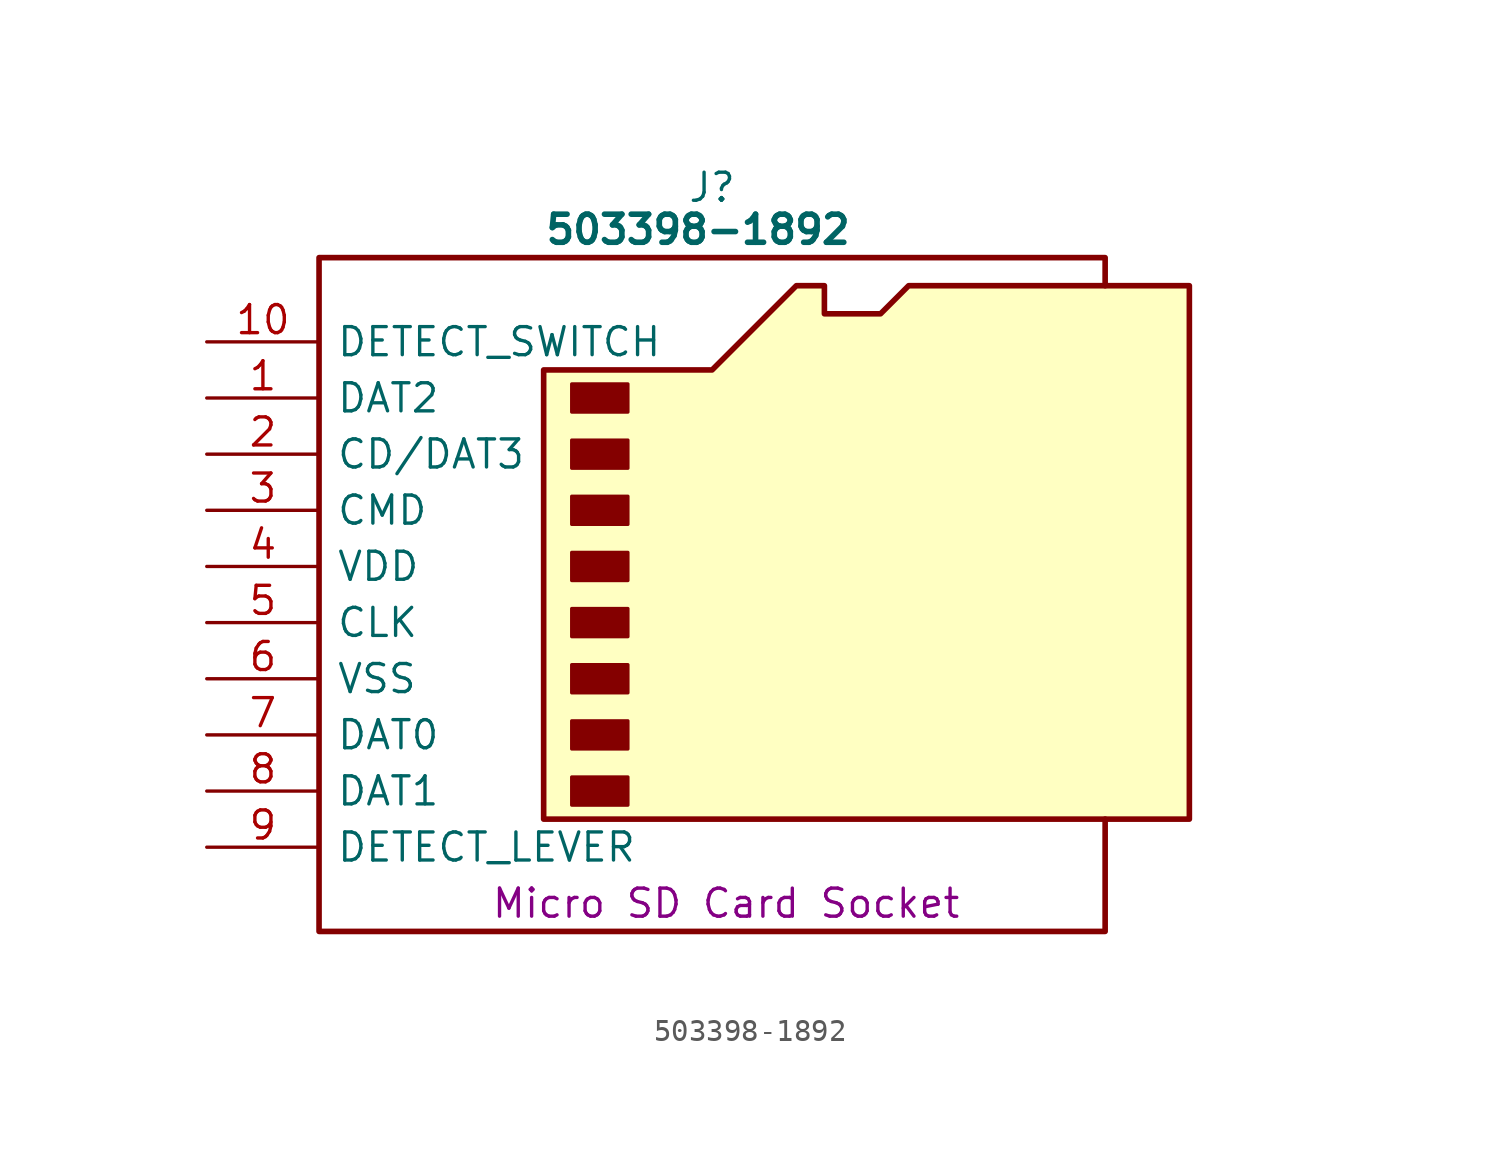
<source format=kicad_sym>
(kicad_symbol_lib
  (version 20231120)
  (generator "kicad_symbol_editor")
  (generator_version "8.0")
  (symbol "503398-1892"
    (pin_names
      (offset 0.762))
    (property "Reference" "J"
      (at 22.86 6.985 0)
      (effects (font (size 1.27 1.27))))
    (property "Value" "503398-1892"
      (at 22.225 5.08 0)
      (effects (font (size 1.27 1.27) (bold yes))))
    (property "Description" "Micro SD Card Socket"
      (at 23.495 -25.4 0)
      (effects (font (size 1.27 1.27))))
    (symbol "503398-1892_0_0"
      (pin bidirectional line (at 0 -2.54 0) (length 5.08) (name "DAT2" (effects (font (size 1.27 1.27)))) (number "1" (effects (font (size 1.27 1.27)))))
      (pin passive line (at 0 0 0) (length 5.08) (name "DETECT_SWITCH" (effects (font (size 1.27 1.27)))) (number "10" (effects (font (size 1.27 1.27)))))
      (pin no_connect line (at 49.53 -5.08 180) (length 5.08) hide (name "N.C." (effects (font (size 1.27 1.27)))) (number "11" (effects (font (size 1.27 1.27)))))
      (pin no_connect line (at 49.53 -7.62 180) (length 5.08) hide (name "N.C." (effects (font (size 1.27 1.27)))) (number "12" (effects (font (size 1.27 1.27)))))
      (pin no_connect line (at 49.53 -10.16 180) (length 5.08) hide (name "N.C." (effects (font (size 1.27 1.27)))) (number "13" (effects (font (size 1.27 1.27)))))
      (pin no_connect line (at 49.53 -12.7 180) (length 5.08) hide (name "N.C." (effects (font (size 1.27 1.27)))) (number "14" (effects (font (size 1.27 1.27)))))
      (pin bidirectional line (at 0 -5.08 0) (length 5.08) (name "CD/DAT3" (effects (font (size 1.27 1.27)))) (number "2" (effects (font (size 1.27 1.27)))))
      (pin input line (at 0 -7.62 0) (length 5.08) (name "CMD" (effects (font (size 1.27 1.27)))) (number "3" (effects (font (size 1.27 1.27)))))
      (pin passive line (at 0 -10.16 0) (length 5.08) (name "VDD" (effects (font (size 1.27 1.27)))) (number "4" (effects (font (size 1.27 1.27)))))
      (pin input line (at 0 -12.7 0) (length 5.08) (name "CLK" (effects (font (size 1.27 1.27)))) (number "5" (effects (font (size 1.27 1.27)))))
      (pin passive line (at 0 -15.24 0) (length 5.08) (name "VSS" (effects (font (size 1.27 1.27)))) (number "6" (effects (font (size 1.27 1.27)))))
      (pin bidirectional line (at 0 -17.78 0) (length 5.08) (name "DAT0" (effects (font (size 1.27 1.27)))) (number "7" (effects (font (size 1.27 1.27)))))
      (pin bidirectional line (at 0 -20.32 0) (length 5.08) (name "DAT1" (effects (font (size 1.27 1.27)))) (number "8" (effects (font (size 1.27 1.27)))))
      (pin passive line (at 0 -22.86 0) (length 5.08) (name "DETECT_LEVER" (effects (font (size 1.27 1.27)))) (number "9" (effects (font (size 1.27 1.27))))))
    (symbol "503398-1892_0_1"
      (polyline (pts (xy 40.64 2.54) (xy 40.64 3.81) (xy 5.08 3.81) (xy 5.08 -26.67) (xy 40.64 -26.67) (xy 40.64 -21.59)) (stroke (width 0.254) (type default)) (fill (type none)))
      (polyline (pts (xy 15.24 -21.59) (xy 15.24 -1.27) (xy 22.86 -1.27) (xy 26.67 2.54) (xy 27.94 2.54) (xy 27.94 1.27) (xy 30.48 1.27) (xy 31.75 2.54) (xy 44.45 2.54) (xy 44.45 -21.59) (xy 15.24 -21.59)) (stroke (width 0.254) (type default)) (fill (type background)))
      (rectangle (start 16.51 -19.685) (end 19.05 -20.955) (stroke (width 0) (type default)) (fill (type outline)))
      (rectangle (start 16.51 -17.145) (end 19.05 -18.415) (stroke (width 0) (type default)) (fill (type outline)))
      (rectangle (start 16.51 -14.605) (end 19.05 -15.875) (stroke (width 0) (type default)) (fill (type outline)))
      (rectangle (start 16.51 -12.065) (end 19.05 -13.335) (stroke (width 0) (type default)) (fill (type outline)))
      (rectangle (start 16.51 -9.525) (end 19.05 -10.795) (stroke (width 0) (type default)) (fill (type outline)))
      (rectangle (start 16.51 -6.985) (end 19.05 -8.255) (stroke (width 0) (type default)) (fill (type outline)))
      (rectangle (start 16.51 -4.445) (end 19.05 -5.715) (stroke (width 0) (type default)) (fill (type outline)))
      (rectangle (start 16.51 -1.905) (end 19.05 -3.175) (stroke (width 0) (type default)) (fill (type outline))))))
</source>
